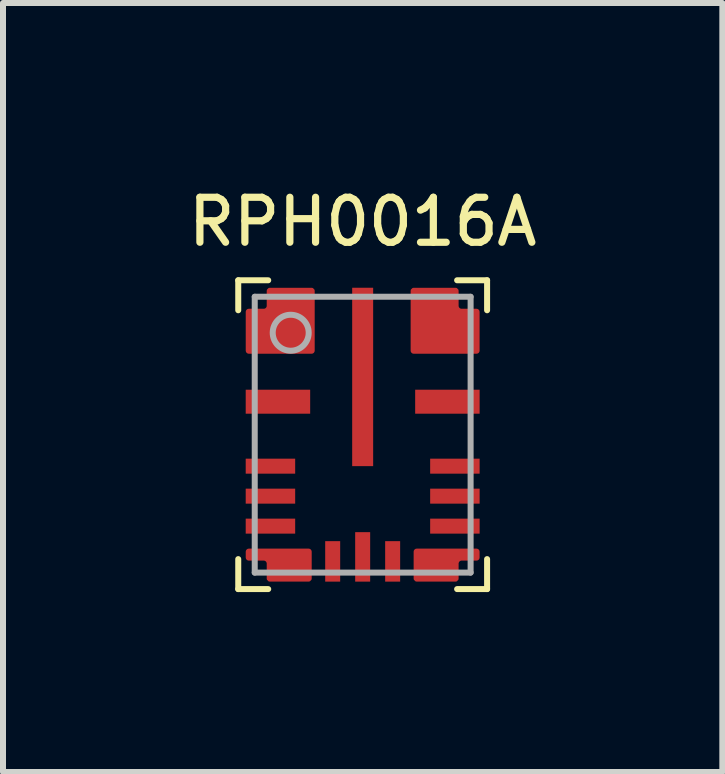
<source format=kicad_pcb>
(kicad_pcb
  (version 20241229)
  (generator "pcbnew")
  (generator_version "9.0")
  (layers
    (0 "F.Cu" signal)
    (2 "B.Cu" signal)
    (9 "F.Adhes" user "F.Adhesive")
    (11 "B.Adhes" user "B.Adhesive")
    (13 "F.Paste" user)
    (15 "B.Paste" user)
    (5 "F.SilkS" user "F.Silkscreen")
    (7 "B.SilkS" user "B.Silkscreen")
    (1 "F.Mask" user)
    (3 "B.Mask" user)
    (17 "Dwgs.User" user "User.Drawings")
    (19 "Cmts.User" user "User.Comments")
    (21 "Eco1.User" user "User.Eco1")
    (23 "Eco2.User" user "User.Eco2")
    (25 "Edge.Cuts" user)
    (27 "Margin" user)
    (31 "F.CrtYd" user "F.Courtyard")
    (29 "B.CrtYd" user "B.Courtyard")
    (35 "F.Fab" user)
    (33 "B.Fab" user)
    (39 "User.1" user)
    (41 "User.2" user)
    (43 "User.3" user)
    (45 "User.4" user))
  (footprint "RPH0016A"
    (layer "F.Cu")
    (at 2.998 4.199)
    (property "Reference" "RPH0016A" (at 0 -3.55 0) (unlocked yes) (layer "F.SilkS") (effects (font (size 0.75 0.75) (thickness 0.12))))
    (attr smd)
    (fp_line (start -2.075 -2.575) (end -2.075 -2.075) (stroke (width 0.1) (type default)) (layer "F.SilkS"))
    (fp_line (start -2.075 2.075) (end -2.075 2.575) (stroke (width 0.1) (type default)) (layer "F.SilkS"))
    (fp_line (start -2.075 2.575) (end -1.575 2.575) (stroke (width 0.1) (type default)) (layer "F.SilkS"))
    (fp_line (start -1.575 -2.575) (end -2.075 -2.575) (stroke (width 0.1) (type default)) (layer "F.SilkS"))
    (fp_line (start 1.575 2.575) (end 2.075 2.575) (stroke (width 0.1) (type default)) (layer "F.SilkS"))
    (fp_line (start 2.075 -2.575) (end 1.575 -2.575) (stroke (width 0.1) (type default)) (layer "F.SilkS"))
    (fp_line (start 2.075 -2.075) (end 2.075 -2.575) (stroke (width 0.1) (type default)) (layer "F.SilkS"))
    (fp_line (start 2.075 2.575) (end 2.075 2.075) (stroke (width 0.1) (type default)) (layer "F.SilkS"))
    (fp_rect (start -1.9 1.95) (end -0.9 2.05) (stroke (width 0.1) (type solid)) (fill yes) (layer "F.Paste"))
    (fp_rect (start -1.79 -1.99) (end -0.85 -1.4) (stroke (width 0.1) (type solid)) (fill yes) (layer "F.Paste"))
    (fp_rect (start -1.52 1.95) (end -0.9 2.35) (stroke (width 0.1) (type solid)) (fill yes) (layer "F.Paste"))
    (fp_rect (start -1.49 -2.34) (end -0.85 -1.4) (stroke (width 0.1) (type solid)) (fill yes) (layer "F.Paste"))
    (fp_rect (start 1.49 -2.34) (end 0.85 -1.4) (stroke (width 0.1) (type solid)) (fill yes) (layer "F.Paste"))
    (fp_rect (start 1.52 1.95) (end 0.9 2.35) (stroke (width 0.1) (type solid)) (fill yes) (layer "F.Paste"))
    (fp_rect (start 1.79 -1.99) (end 0.85 -1.4) (stroke (width 0.1) (type solid)) (fill yes) (layer "F.Paste"))
    (fp_rect (start 1.9 1.95) (end 0.9 2.05) (stroke (width 0.1) (type solid)) (fill yes) (layer "F.Paste"))
    (fp_line (start -1.8 -2.3) (end 1.8 -2.3) (stroke (width 0.1) (type solid)) (layer "F.Fab"))
    (fp_line (start -1.8 2.3) (end -1.8 -2.3) (stroke (width 0.1) (type solid)) (layer "F.Fab"))
    (fp_line (start -1.8 2.3) (end 1.8 2.3) (stroke (width 0.1) (type solid)) (layer "F.Fab"))
    (fp_line (start 1.8 2.3) (end 1.8 -2.3) (stroke (width 0.1) (type solid)) (layer "F.Fab"))
    (fp_circle (center -1.2 -1.7) (end -0.9 -1.7) (stroke (width 0.1) (type solid)) (fill no) (layer "F.Fab"))
    (pad "1" smd custom (at -1.375 -1.725) (size 0.75 0.75) (layers "F.Cu" "F.Mask") (options (anchor circle)) (primitives (gr_poly (pts (xy -0.575 -0.325) (xy -0.571 -0.344) (xy -0.56 -0.36) (xy -0.544 -0.371) (xy -0.525 -0.375) (xy 0.525 -0.375) (xy 0.544 -0.371) (xy 0.56 -0.36) (xy 0.571 -0.344) (xy 0.575 -0.325) (xy 0.575 0.325) (xy 0.571 0.344) (xy 0.56 0.36) (xy 0.544 0.371) (xy 0.525 0.375) (xy -0.525 0.375) (xy -0.544 0.371) (xy -0.56 0.36) (xy -0.571 0.344) (xy -0.575 0.325)) (width 0) (fill yes)) (gr_rect (start -0.175 -0.675) (end 0.525 0.325) (width 0.1) (fill yes)) (gr_poly (pts (xy -0.175 -0.425) (xy -0.175 -0.325) (xy -0.275 -0.325) (arc (start -0.275 -0.375) (mid -0.239645 -0.389645) (end -0.225 -0.425))) (width 0) (fill yes))))
    (pad "2" smd rect (at -1.413 -0.55) (size 1.075 0.4) (layers "F.Cu" "F.Mask" "F.Paste"))
    (pad "3" smd rect (at -1.538 0.525) (size 0.825 0.25) (layers "F.Cu" "F.Mask" "F.Paste"))
    (pad "4" smd rect (at -1.538 1.025) (size 0.825 0.25) (layers "F.Cu" "F.Mask" "F.Paste"))
    (pad "5" smd rect (at -1.538 1.525) (size 0.825 0.25) (layers "F.Cu" "F.Mask" "F.Paste"))
    (pad "6" smd custom (at -1.4 2) (size 0.2 0.2) (layers "F.Cu" "F.Mask") (options (anchor circle)) (primitives (gr_rect (start -0.15 -0.05) (end 0.5 0.4) (width 0.1) (fill yes)) (gr_poly (pts (xy -0.55 -0.05) (xy -0.546 -0.069) (xy -0.535 -0.085) (xy -0.519 -0.096) (xy -0.5 -0.1) (xy 0.5 -0.1) (xy 0.519 -0.096) (xy 0.535 -0.085) (xy 0.546 -0.069) (xy 0.55 -0.05) (xy 0.55 0.05) (xy 0.546 0.069) (xy 0.535 0.085) (xy 0.519 0.096) (xy 0.5 0.1) (xy -0.5 0.1) (xy -0.519 0.096) (xy -0.535 0.085) (xy -0.546 0.069) (xy -0.55 0.05)) (width 0) (fill yes)) (gr_poly (pts (xy -0.25 0.05) (xy -0.15 0.05) (xy -0.15 0.15) (arc (start -0.2 0.15) (mid -0.214645 0.114645) (end -0.25 0.1))) (width 0) (fill yes))))
    (pad "7" smd rect (at -0.5 2.113 90) (size 0.675 0.25) (layers "F.Cu" "F.Mask" "F.Paste"))
    (pad "8" smd rect (at 0 2.038 90) (size 0.825 0.25) (layers "F.Cu" "F.Mask" "F.Paste"))
    (pad "9" smd rect (at 0.5 2.113 90) (size 0.675 0.25) (layers "F.Cu" "F.Mask" "F.Paste"))
    (pad "10" smd custom (at 1.4 2) (size 0.2 0.2) (layers "F.Cu" "F.Mask") (options (anchor circle)) (primitives (gr_rect (start -0.5 -0.05) (end 0.15 0.4) (width 0.1) (fill yes)) (gr_poly (pts (xy 0.55 -0.05) (xy 0.546 -0.069) (xy 0.535 -0.085) (xy 0.519 -0.096) (xy 0.5 -0.1) (xy -0.5 -0.1) (xy -0.519 -0.096) (xy -0.535 -0.085) (xy -0.546 -0.069) (xy -0.55 -0.05) (xy -0.55 0.05) (xy -0.546 0.069) (xy -0.535 0.085) (xy -0.519 0.096) (xy -0.5 0.1) (xy 0.5 0.1) (xy 0.519 0.096) (xy 0.535 0.085) (xy 0.546 0.069) (xy 0.55 0.05)) (width 0) (fill yes)) (gr_poly (pts (xy 0.25 0.05) (xy 0.15 0.05) (xy 0.15 0.15) (arc (start 0.2 0.15) (mid 0.214645 0.114645) (end 0.25 0.1))) (width 0) (fill yes))))
    (pad "11" smd rect (at 1.538 1.525) (size 0.825 0.25) (layers "F.Cu" "F.Mask" "F.Paste"))
    (pad "12" smd rect (at 1.538 1.025) (size 0.825 0.25) (layers "F.Cu" "F.Mask" "F.Paste"))
    (pad "13" smd rect (at 1.538 0.525) (size 0.825 0.25) (layers "F.Cu" "F.Mask" "F.Paste"))
    (pad "14" smd rect (at 1.413 -0.55) (size 1.075 0.4) (layers "F.Cu" "F.Mask" "F.Paste"))
    (pad "15" smd custom (at 1.375 -1.725) (size 0.75 0.75) (layers "F.Cu" "F.Mask") (options (anchor circle)) (primitives (gr_poly (pts (xy 0.575 -0.325) (xy 0.571 -0.344) (xy 0.56 -0.36) (xy 0.544 -0.371) (xy 0.525 -0.375) (xy -0.525 -0.375) (xy -0.544 -0.371) (xy -0.56 -0.36) (xy -0.571 -0.344) (xy -0.575 -0.325) (xy -0.575 0.325) (xy -0.571 0.344) (xy -0.56 0.36) (xy -0.544 0.371) (xy -0.525 0.375) (xy 0.525 0.375) (xy 0.544 0.371) (xy 0.56 0.36) (xy 0.571 0.344) (xy 0.575 0.325)) (width 0) (fill yes)) (gr_rect (start -0.525 -0.675) (end 0.175 0.325) (width 0.1) (fill yes)) (gr_poly (pts (xy 0.175 -0.425) (xy 0.175 -0.325) (xy 0.275 -0.325) (arc (start 0.275 -0.375) (mid 0.239645 -0.389645) (end 0.225 -0.425))) (width 0) (fill yes))))
    (pad "16" smd rect (at 0 -0.963 90) (size 2.975 0.35) (layers "F.Cu" "F.Mask" "F.Paste")))
  (gr_rect
    (start -3 -3)
    (end 8.996 9.824)
    (stroke (width 0.1) (type default))
    (fill no)
    (layer "Edge.Cuts")))
</source>
